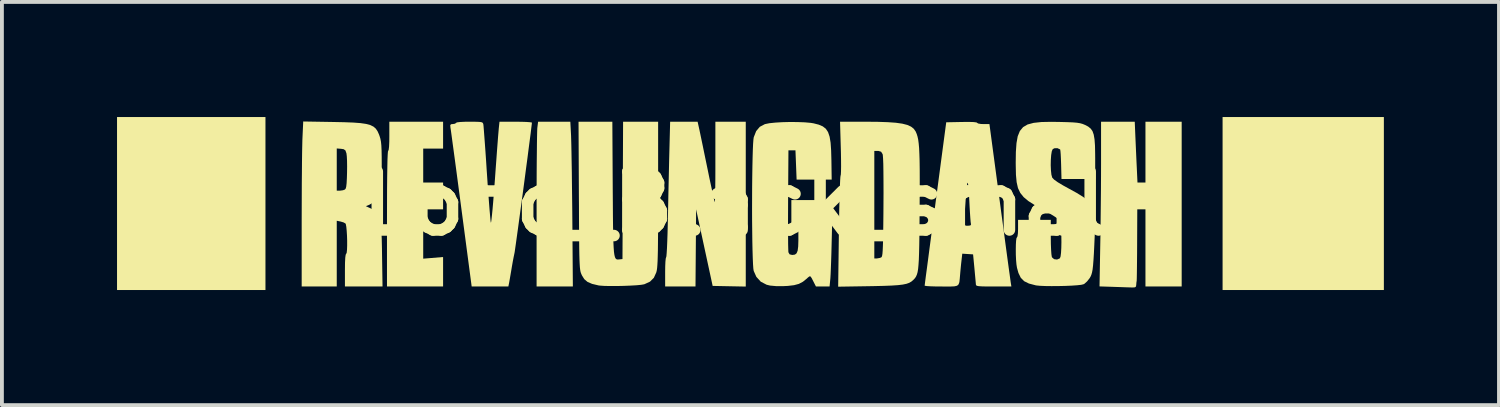
<source format=kicad_pcb>
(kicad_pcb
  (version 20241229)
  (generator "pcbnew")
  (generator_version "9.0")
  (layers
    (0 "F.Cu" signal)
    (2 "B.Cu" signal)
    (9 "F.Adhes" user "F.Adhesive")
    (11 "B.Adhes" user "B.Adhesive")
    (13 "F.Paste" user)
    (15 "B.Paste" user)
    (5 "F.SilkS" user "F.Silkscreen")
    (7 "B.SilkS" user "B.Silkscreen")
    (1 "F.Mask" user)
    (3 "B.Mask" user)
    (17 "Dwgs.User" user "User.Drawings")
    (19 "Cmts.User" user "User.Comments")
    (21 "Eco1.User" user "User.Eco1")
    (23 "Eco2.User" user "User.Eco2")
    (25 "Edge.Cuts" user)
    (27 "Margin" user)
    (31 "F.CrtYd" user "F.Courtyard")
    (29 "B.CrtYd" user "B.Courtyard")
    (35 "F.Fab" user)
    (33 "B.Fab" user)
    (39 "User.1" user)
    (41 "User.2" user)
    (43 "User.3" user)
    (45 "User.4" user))
  (footprint "Logo_Black_small"
    (layer "F.Cu")
    (at 16.507 2.254)
    (property "Reference" "Logo_Black_small" (at 0 0 0) (layer "F.SilkS") (effects (font (size 1.524 1.524) (thickness 0.3))))
    (attr board_only exclude_from_pos_files exclude_from_bom)
    (fp_poly (pts (xy -12.639 2.254) (xy -16.507 2.254) (xy -16.507 -2.254) (xy -12.639 -2.254)) (stroke (width 0) (type solid)) (fill yes) (layer "F.SilkS"))
    (fp_poly (pts (xy 16.507 2.254) (xy 12.304 2.254) (xy 12.304 -2.254) (xy 16.507 -2.254)) (stroke (width 0) (type solid)) (fill yes) (layer "F.SilkS"))
    (fp_poly (pts (xy -8.01 -1.431) (xy -8.528 -1.431) (xy -8.528 -0.548) (xy -8.01 -0.548) (xy -8.01 0.152) (xy -8.528 0.152) (xy -8.528 1.437) (xy -8.01 1.394) (xy -8.01 2.162) (xy -9.472 2.162) (xy -9.472 0.396) (xy -9.471 -0.025) (xy -9.47 -0.39) (xy -9.467 -0.698) (xy -9.463 -0.95) (xy -9.459 -1.144) (xy -9.453 -1.278) (xy -9.447 -1.354) (xy -9.441 -1.371) (xy -9.428 -1.4) (xy -9.418 -1.483) (xy -9.412 -1.615) (xy -9.411 -1.751) (xy -9.411 -2.132) (xy -8.01 -2.132)) (stroke (width 0) (type solid)) (fill yes) (layer "F.SilkS"))
    (fp_poly (pts (xy -4.675 -1.774) (xy -4.672 -1.677) (xy -4.668 -1.526) (xy -4.664 -1.327) (xy -4.66 -1.088) (xy -4.655 -0.816) (xy -4.652 -0.517) (xy -4.648 -0.198) (xy -4.644 0.135) (xy -4.642 0.373) (xy -4.628 2.162) (xy -5.573 2.162) (xy -5.573 0.175) (xy -5.573 -0.172) (xy -5.572 -0.505) (xy -5.571 -0.818) (xy -5.569 -1.105) (xy -5.566 -1.361) (xy -5.564 -1.58) (xy -5.561 -1.757) (xy -5.558 -1.886) (xy -5.555 -1.961) (xy -5.554 -1.972) (xy -5.534 -2.132) (xy -4.694 -2.132)) (stroke (width 0) (type solid)) (fill yes) (layer "F.SilkS"))
    (fp_poly (pts (xy 10.032 -1.728) (xy 10.041 -1.527) (xy 10.051 -1.301) (xy 10.061 -1.08) (xy 10.068 -0.937) (xy 10.086 -0.548) (xy 10.294 -0.548) (xy 10.294 -2.132) (xy 11.238 -2.132) (xy 11.238 2.162) (xy 10.294 2.162) (xy 10.294 0.152) (xy 10.081 0.152) (xy 10.077 1.066) (xy 10.076 1.297) (xy 10.074 1.508) (xy 10.072 1.692) (xy 10.07 1.841) (xy 10.068 1.948) (xy 10.066 2.004) (xy 10.066 2.01) (xy 10.058 2.062) (xy 10.054 2.117) (xy 10.048 2.161) (xy 10.023 2.183) (xy 9.965 2.188) (xy 9.89 2.186) (xy 9.789 2.183) (xy 9.65 2.178) (xy 9.495 2.173) (xy 9.414 2.17) (xy 9.097 2.16) (xy 9.116 1.088) (xy 9.122 0.77) (xy 9.126 0.411) (xy 9.13 0.031) (xy 9.134 -0.349) (xy 9.136 -0.711) (xy 9.137 -1.033) (xy 9.137 -1.058) (xy 9.137 -2.132) (xy 10.015 -2.132)) (stroke (width 0) (type solid)) (fill yes) (layer "F.SilkS"))
    (fp_poly (pts (xy -1.328 -1.911) (xy -1.309 -1.821) (xy -1.28 -1.682) (xy -1.243 -1.505) (xy -1.201 -1.3) (xy -1.155 -1.078) (xy -1.112 -0.871) (xy -1.068 -0.655) (xy -1.026 -0.46) (xy -0.99 -0.293) (xy -0.961 -0.161) (xy -0.94 -0.073) (xy -0.929 -0.036) (xy -0.929 -0.036) (xy -0.925 -0.061) (xy -0.922 -0.141) (xy -0.919 -0.268) (xy -0.917 -0.436) (xy -0.915 -0.637) (xy -0.914 -0.865) (xy -0.914 -1.076) (xy -0.914 -2.132) (xy -0.122 -2.132) (xy -0.122 2.164) (xy -0.985 2.147) (xy -1.416 0.152) (xy -1.424 1.157) (xy -1.432 2.162) (xy -2.223 2.162) (xy -2.223 1.782) (xy -2.221 1.637) (xy -2.216 1.518) (xy -2.208 1.436) (xy -2.198 1.401) (xy -2.197 1.401) (xy -2.19 1.372) (xy -2.183 1.289) (xy -2.175 1.158) (xy -2.168 0.989) (xy -2.161 0.786) (xy -2.155 0.557) (xy -2.151 0.373) (xy -2.145 0.084) (xy -2.139 -0.226) (xy -2.132 -0.541) (xy -2.125 -0.844) (xy -2.119 -1.121) (xy -2.113 -1.355) (xy -2.112 -1.393) (xy -2.093 -2.132) (xy -1.377 -2.132)) (stroke (width 0) (type solid)) (fill yes) (layer "F.SilkS"))
    (fp_poly (pts (xy -3.589 -0.404) (xy -3.586 -0.019) (xy -3.584 0.309) (xy -3.581 0.585) (xy -3.577 0.813) (xy -3.572 0.999) (xy -3.565 1.145) (xy -3.557 1.257) (xy -3.545 1.34) (xy -3.531 1.397) (xy -3.514 1.432) (xy -3.492 1.452) (xy -3.467 1.459) (xy -3.437 1.458) (xy -3.417 1.456) (xy -3.335 1.447) (xy -3.327 -0.343) (xy -3.319 -2.132) (xy -2.406 -2.132) (xy -2.406 -0.249) (xy -2.406 0.147) (xy -2.407 0.486) (xy -2.408 0.774) (xy -2.41 1.015) (xy -2.412 1.214) (xy -2.416 1.375) (xy -2.42 1.503) (xy -2.426 1.603) (xy -2.432 1.679) (xy -2.44 1.737) (xy -2.45 1.78) (xy -2.452 1.79) (xy -2.517 1.935) (xy -2.618 2.036) (xy -2.764 2.103) (xy -2.767 2.104) (xy -2.845 2.118) (xy -2.969 2.13) (xy -3.126 2.139) (xy -3.302 2.146) (xy -3.484 2.15) (xy -3.657 2.15) (xy -3.807 2.147) (xy -3.921 2.139) (xy -3.959 2.134) (xy -4.127 2.094) (xy -4.247 2.042) (xy -4.331 1.97) (xy -4.393 1.87) (xy -4.394 1.866) (xy -4.408 1.836) (xy -4.42 1.805) (xy -4.43 1.769) (xy -4.438 1.722) (xy -4.445 1.661) (xy -4.45 1.58) (xy -4.455 1.475) (xy -4.459 1.341) (xy -4.462 1.173) (xy -4.464 0.966) (xy -4.466 0.715) (xy -4.468 0.417) (xy -4.469 0.066) (xy -4.471 -0.206) (xy -4.48 -2.132) (xy -3.599 -2.132)) (stroke (width 0) (type solid)) (fill yes) (layer "F.SilkS"))
    (fp_poly (pts (xy 3.003 -2.132) (xy 3.319 -2.129) (xy 3.58 -2.12) (xy 3.791 -2.105) (xy 3.959 -2.081) (xy 4.088 -2.048) (xy 4.185 -2.004) (xy 4.255 -1.949) (xy 4.303 -1.881) (xy 4.31 -1.867) (xy 4.334 -1.81) (xy 4.354 -1.745) (xy 4.371 -1.667) (xy 4.384 -1.57) (xy 4.395 -1.449) (xy 4.402 -1.299) (xy 4.408 -1.115) (xy 4.411 -0.892) (xy 4.412 -0.625) (xy 4.411 -0.308) (xy 4.409 0.063) (xy 4.408 0.156) (xy 4.406 0.519) (xy 4.403 0.827) (xy 4.399 1.084) (xy 4.394 1.295) (xy 4.388 1.467) (xy 4.379 1.603) (xy 4.369 1.709) (xy 4.355 1.791) (xy 4.337 1.853) (xy 4.316 1.901) (xy 4.291 1.94) (xy 4.26 1.975) (xy 4.242 1.993) (xy 4.195 2.033) (xy 4.139 2.066) (xy 4.066 2.092) (xy 3.969 2.112) (xy 3.843 2.127) (xy 3.679 2.138) (xy 3.471 2.146) (xy 3.211 2.152) (xy 3.1 2.154) (xy 2.286 2.167) (xy 2.296 1.431) (xy 3.228 1.431) (xy 3.297 1.431) (xy 3.373 1.418) (xy 3.411 1.402) (xy 3.422 1.388) (xy 3.432 1.357) (xy 3.44 1.306) (xy 3.446 1.228) (xy 3.451 1.118) (xy 3.456 0.971) (xy 3.459 0.782) (xy 3.462 0.545) (xy 3.465 0.255) (xy 3.466 0.083) (xy 3.468 -0.272) (xy 3.467 -0.578) (xy 3.465 -0.832) (xy 3.462 -1.033) (xy 3.456 -1.178) (xy 3.449 -1.265) (xy 3.444 -1.288) (xy 3.405 -1.35) (xy 3.338 -1.37) (xy 3.32 -1.371) (xy 3.228 -1.371) (xy 3.228 1.431) (xy 2.296 1.431) (xy 2.305 0.726) (xy 2.309 0.436) (xy 2.314 0.165) (xy 2.32 -0.081) (xy 2.326 -0.296) (xy 2.332 -0.474) (xy 2.338 -0.609) (xy 2.344 -0.695) (xy 2.349 -0.726) (xy 2.356 -0.758) (xy 2.36 -0.842) (xy 2.362 -0.97) (xy 2.361 -1.132) (xy 2.358 -1.321) (xy 2.355 -1.434) (xy 2.335 -2.132)) (stroke (width 0) (type solid)) (fill yes) (layer "F.SilkS"))
    (fp_poly (pts (xy 1.232 -2.123) (xy 1.417 -2.116) (xy 1.571 -2.102) (xy 1.645 -2.09) (xy 1.778 -2.056) (xy 1.884 -2.011) (xy 1.964 -1.949) (xy 2.022 -1.862) (xy 2.063 -1.742) (xy 2.089 -1.584) (xy 2.103 -1.379) (xy 2.11 -1.121) (xy 2.11 -1.12) (xy 2.117 -0.624) (xy 1.203 -0.624) (xy 1.188 -1.005) (xy 1.173 -1.386) (xy 0.99 -1.386) (xy 0.981 -0.091) (xy 0.98 0.186) (xy 0.979 0.446) (xy 0.98 0.682) (xy 0.981 0.888) (xy 0.982 1.057) (xy 0.985 1.181) (xy 0.988 1.255) (xy 0.99 1.272) (xy 1.02 1.324) (xy 1.086 1.34) (xy 1.096 1.34) (xy 1.159 1.331) (xy 1.202 1.297) (xy 1.23 1.229) (xy 1.244 1.12) (xy 1.249 0.961) (xy 1.249 0.931) (xy 1.249 0.64) (xy 1.066 0.64) (xy 1.066 -0.091) (xy 2.142 -0.091) (xy 2.121 0.83) (xy 2.115 1.072) (xy 2.109 1.305) (xy 2.102 1.518) (xy 2.095 1.702) (xy 2.089 1.847) (xy 2.083 1.943) (xy 2.082 1.957) (xy 2.062 2.162) (xy 1.707 2.162) (xy 1.641 2.033) (xy 1.595 1.943) (xy 1.565 1.9) (xy 1.535 1.899) (xy 1.494 1.932) (xy 1.469 1.956) (xy 1.368 2.038) (xy 1.262 2.094) (xy 1.136 2.128) (xy 0.974 2.147) (xy 0.868 2.152) (xy 0.665 2.152) (xy 0.511 2.138) (xy 0.421 2.116) (xy 0.269 2.037) (xy 0.154 1.911) (xy 0.085 1.757) (xy 0.075 1.695) (xy 0.067 1.578) (xy 0.06 1.415) (xy 0.054 1.212) (xy 0.049 0.978) (xy 0.046 0.718) (xy 0.043 0.441) (xy 0.042 0.153) (xy 0.043 -0.139) (xy 0.044 -0.427) (xy 0.047 -0.703) (xy 0.051 -0.962) (xy 0.056 -1.195) (xy 0.062 -1.396) (xy 0.069 -1.557) (xy 0.078 -1.672) (xy 0.086 -1.727) (xy 0.149 -1.887) (xy 0.243 -1.999) (xy 0.374 -2.068) (xy 0.385 -2.071) (xy 0.493 -2.093) (xy 0.648 -2.109) (xy 0.832 -2.12) (xy 1.032 -2.125)) (stroke (width 0) (type solid)) (fill yes) (layer "F.SilkS"))
    (fp_poly (pts (xy -5.965 -2.13) (xy -5.837 -2.126) (xy -5.745 -2.119) (xy -5.698 -2.111) (xy -5.695 -2.108) (xy -5.699 -2.066) (xy -5.711 -1.971) (xy -5.728 -1.829) (xy -5.752 -1.646) (xy -5.78 -1.431) (xy -5.811 -1.189) (xy -5.846 -0.928) (xy -5.882 -0.654) (xy -5.919 -0.374) (xy -5.957 -0.094) (xy -5.994 0.177) (xy -6.029 0.435) (xy -6.061 0.671) (xy -6.09 0.879) (xy -6.114 1.053) (xy -6.133 1.185) (xy -6.145 1.268) (xy -6.15 1.294) (xy -6.168 1.379) (xy -6.192 1.503) (xy -6.217 1.645) (xy -6.227 1.706) (xy -6.25 1.841) (xy -6.271 1.963) (xy -6.287 2.053) (xy -6.292 2.079) (xy -6.309 2.162) (xy -7.265 2.162) (xy -7.534 0.129) (xy -7.58 -0.218) (xy -7.624 -0.548) (xy -7.665 -0.858) (xy -7.703 -1.141) (xy -7.737 -1.392) (xy -7.766 -1.605) (xy -7.789 -1.777) (xy -7.806 -1.901) (xy -7.817 -1.973) (xy -7.819 -1.987) (xy -7.823 -2.047) (xy -7.794 -2.069) (xy -7.755 -2.071) (xy -7.696 -2.081) (xy -7.675 -2.101) (xy -7.646 -2.115) (xy -7.563 -2.125) (xy -7.434 -2.131) (xy -7.325 -2.132) (xy -7.175 -2.131) (xy -7.075 -2.128) (xy -7.014 -2.121) (xy -6.981 -2.107) (xy -6.967 -2.084) (xy -6.961 -2.063) (xy -6.956 -2.019) (xy -6.948 -1.92) (xy -6.937 -1.775) (xy -6.923 -1.589) (xy -6.907 -1.37) (xy -6.89 -1.125) (xy -6.873 -0.861) (xy -6.867 -0.777) (xy -6.849 -0.508) (xy -6.831 -0.258) (xy -6.814 -0.032) (xy -6.799 0.163) (xy -6.785 0.32) (xy -6.775 0.431) (xy -6.767 0.491) (xy -6.765 0.498) (xy -6.758 0.482) (xy -6.748 0.411) (xy -6.735 0.291) (xy -6.719 0.129) (xy -6.702 -0.07) (xy -6.684 -0.299) (xy -6.665 -0.552) (xy -6.659 -0.629) (xy -6.64 -0.898) (xy -6.621 -1.154) (xy -6.604 -1.389) (xy -6.588 -1.596) (xy -6.575 -1.766) (xy -6.564 -1.892) (xy -6.558 -1.966) (xy -6.557 -1.972) (xy -6.54 -2.132) (xy -6.117 -2.132)) (stroke (width 0) (type solid)) (fill yes) (layer "F.SilkS"))
    (fp_poly (pts (xy 5.818 -2.123) (xy 5.892 -2.113) (xy 5.908 -2.102) (xy 5.936 -2.085) (xy 6.007 -2.073) (xy 6.068 -2.071) (xy 6.228 -2.071) (xy 6.498 -0.053) (xy 6.544 0.293) (xy 6.589 0.623) (xy 6.63 0.933) (xy 6.668 1.216) (xy 6.702 1.467) (xy 6.731 1.681) (xy 6.755 1.853) (xy 6.772 1.978) (xy 6.782 2.05) (xy 6.784 2.063) (xy 6.8 2.162) (xy 6.339 2.162) (xy 6.161 2.162) (xy 6.036 2.159) (xy 5.953 2.154) (xy 5.905 2.145) (xy 5.882 2.131) (xy 5.875 2.111) (xy 5.875 2.109) (xy 5.871 2.059) (xy 5.862 1.962) (xy 5.85 1.833) (xy 5.837 1.69) (xy 5.802 1.325) (xy 5.661 1.316) (xy 5.52 1.307) (xy 5.502 1.468) (xy 5.488 1.591) (xy 5.474 1.736) (xy 5.466 1.827) (xy 5.455 1.956) (xy 5.445 2.047) (xy 5.424 2.107) (xy 5.385 2.142) (xy 5.317 2.158) (xy 5.21 2.163) (xy 5.057 2.163) (xy 4.979 2.162) (xy 4.823 2.161) (xy 4.692 2.157) (xy 4.595 2.151) (xy 4.545 2.143) (xy 4.54 2.14) (xy 4.544 2.106) (xy 4.555 2.018) (xy 4.573 1.878) (xy 4.598 1.693) (xy 4.628 1.467) (xy 4.662 1.206) (xy 4.701 0.913) (xy 4.743 0.594) (xy 4.758 0.482) (xy 5.576 0.482) (xy 5.581 0.536) (xy 5.593 0.565) (xy 5.612 0.577) (xy 5.639 0.579) (xy 5.667 0.579) (xy 5.731 0.572) (xy 5.749 0.545) (xy 5.745 0.525) (xy 5.738 0.477) (xy 5.73 0.38) (xy 5.721 0.247) (xy 5.712 0.091) (xy 5.709 0.03) (xy 5.697 -0.202) (xy 5.686 -0.375) (xy 5.675 -0.487) (xy 5.664 -0.54) (xy 5.653 -0.534) (xy 5.641 -0.47) (xy 5.628 -0.347) (xy 5.613 -0.167) (xy 5.61 -0.122) (xy 5.594 0.102) (xy 5.583 0.273) (xy 5.577 0.397) (xy 5.576 0.482) (xy 4.758 0.482) (xy 4.788 0.254) (xy 4.821 0) (xy 5.102 -2.117) (xy 5.505 -2.125) (xy 5.689 -2.127)) (stroke (width 0) (type solid)) (fill yes) (layer "F.SilkS"))
    (fp_poly (pts (xy -10.875 -2.125) (xy -10.586 -2.119) (xy -10.351 -2.11) (xy -10.164 -2.096) (xy -10.019 -2.075) (xy -9.907 -2.045) (xy -9.824 -2.004) (xy -9.763 -1.951) (xy -9.717 -1.882) (xy -9.679 -1.797) (xy -9.664 -1.755) (xy -9.644 -1.689) (xy -9.629 -1.612) (xy -9.619 -1.514) (xy -9.613 -1.386) (xy -9.61 -1.217) (xy -9.609 -1.005) (xy -9.611 -0.763) (xy -9.617 -0.572) (xy -9.628 -0.425) (xy -9.647 -0.313) (xy -9.675 -0.226) (xy -9.713 -0.155) (xy -9.762 -0.092) (xy -9.768 -0.086) (xy -9.847 -0.018) (xy -9.932 0.032) (xy -9.933 0.033) (xy -10.023 0.069) (xy -9.907 0.122) (xy -9.83 0.16) (xy -9.767 0.203) (xy -9.718 0.256) (xy -9.68 0.326) (xy -9.652 0.421) (xy -9.632 0.546) (xy -9.618 0.709) (xy -9.609 0.915) (xy -9.603 1.173) (xy -9.601 1.332) (xy -9.588 2.162) (xy -10.568 2.162) (xy -10.568 1.736) (xy -10.566 1.543) (xy -10.559 1.409) (xy -10.548 1.332) (xy -10.535 1.31) (xy -10.522 1.282) (xy -10.514 1.206) (xy -10.51 1.098) (xy -10.51 0.97) (xy -10.514 0.837) (xy -10.522 0.711) (xy -10.532 0.607) (xy -10.545 0.538) (xy -10.554 0.52) (xy -10.604 0.492) (xy -10.682 0.469) (xy -10.683 0.469) (xy -10.781 0.449) (xy -10.781 2.162) (xy -11.695 2.162) (xy -11.695 0.449) (xy -11.694 0.115) (xy -11.693 -0.213) (xy -11.692 -0.529) (xy -11.689 -0.824) (xy -11.687 -1.092) (xy -11.684 -1.325) (xy -11.682 -1.435) (xy -10.781 -1.435) (xy -10.781 -0.335) (xy -10.698 -0.335) (xy -10.618 -0.346) (xy -10.568 -0.365) (xy -10.548 -0.39) (xy -10.534 -0.442) (xy -10.524 -0.531) (xy -10.517 -0.666) (xy -10.513 -0.801) (xy -10.511 -0.962) (xy -10.513 -1.11) (xy -10.519 -1.23) (xy -10.528 -1.306) (xy -10.53 -1.312) (xy -10.555 -1.383) (xy -10.599 -1.415) (xy -10.669 -1.426) (xy -10.781 -1.435) (xy -11.682 -1.435) (xy -11.68 -1.515) (xy -11.677 -1.655) (xy -11.675 -1.701) (xy -11.655 -2.138)) (stroke (width 0) (type solid)) (fill yes) (layer "F.SilkS"))
    (fp_poly (pts (xy 8.052 -2.126) (xy 8.249 -2.121) (xy 8.397 -2.115) (xy 8.506 -2.106) (xy 8.588 -2.093) (xy 8.654 -2.075) (xy 8.715 -2.05) (xy 8.719 -2.049) (xy 8.802 -2.005) (xy 8.866 -1.953) (xy 8.914 -1.886) (xy 8.946 -1.795) (xy 8.967 -1.672) (xy 8.979 -1.508) (xy 8.983 -1.296) (xy 8.984 -1.18) (xy 8.984 -0.64) (xy 8.106 -0.64) (xy 8.096 -1.018) (xy 8.091 -1.163) (xy 8.085 -1.285) (xy 8.078 -1.371) (xy 8.071 -1.409) (xy 8.071 -1.41) (xy 7.999 -1.443) (xy 7.919 -1.44) (xy 7.876 -1.415) (xy 7.853 -1.361) (xy 7.837 -1.263) (xy 7.828 -1.137) (xy 7.825 -0.999) (xy 7.831 -0.865) (xy 7.843 -0.752) (xy 7.864 -0.676) (xy 7.866 -0.673) (xy 7.912 -0.624) (xy 8.01 -0.554) (xy 8.154 -0.468) (xy 8.279 -0.399) (xy 8.498 -0.279) (xy 8.667 -0.175) (xy 8.793 -0.076) (xy 8.882 0.027) (xy 8.938 0.145) (xy 8.969 0.288) (xy 8.98 0.465) (xy 8.977 0.688) (xy 8.973 0.805) (xy 8.961 1.082) (xy 8.95 1.305) (xy 8.939 1.481) (xy 8.928 1.618) (xy 8.916 1.722) (xy 8.901 1.8) (xy 8.883 1.86) (xy 8.861 1.909) (xy 8.838 1.947) (xy 8.773 2.029) (xy 8.704 2.091) (xy 8.682 2.103) (xy 8.622 2.118) (xy 8.513 2.13) (xy 8.369 2.14) (xy 8.201 2.147) (xy 8.022 2.151) (xy 7.844 2.152) (xy 7.681 2.15) (xy 7.544 2.144) (xy 7.445 2.134) (xy 7.431 2.131) (xy 7.257 2.085) (xy 7.133 2.024) (xy 7.045 1.935) (xy 6.984 1.81) (xy 6.946 1.674) (xy 6.932 1.586) (xy 6.922 1.468) (xy 6.916 1.334) (xy 6.915 1.197) (xy 6.917 1.07) (xy 6.923 0.967) (xy 6.933 0.901) (xy 6.944 0.883) (xy 6.959 0.855) (xy 6.97 0.778) (xy 6.974 0.666) (xy 6.974 0.655) (xy 6.974 0.426) (xy 7.827 0.426) (xy 7.827 0.885) (xy 7.829 1.056) (xy 7.835 1.204) (xy 7.843 1.32) (xy 7.854 1.391) (xy 7.859 1.403) (xy 7.914 1.45) (xy 7.99 1.46) (xy 8.061 1.429) (xy 8.065 1.425) (xy 8.082 1.378) (xy 8.094 1.283) (xy 8.101 1.154) (xy 8.104 1.005) (xy 8.102 0.85) (xy 8.096 0.701) (xy 8.086 0.573) (xy 8.071 0.479) (xy 8.055 0.436) (xy 8.013 0.398) (xy 7.927 0.339) (xy 7.81 0.267) (xy 7.672 0.188) (xy 7.626 0.162) (xy 7.412 0.043) (xy 7.245 -0.063) (xy 7.121 -0.166) (xy 7.032 -0.276) (xy 6.972 -0.402) (xy 6.937 -0.556) (xy 6.919 -0.747) (xy 6.914 -0.986) (xy 6.913 -1.065) (xy 6.917 -1.345) (xy 6.933 -1.572) (xy 6.965 -1.752) (xy 7.021 -1.89) (xy 7.105 -1.991) (xy 7.222 -2.06) (xy 7.38 -2.102) (xy 7.583 -2.124) (xy 7.836 -2.129)) (stroke (width 0) (type solid)) (fill yes) (layer "F.SilkS")))
  (gr_rect
    (start -3 -3)
    (end 36.014 7.507)
    (stroke (width 0.1) (type default))
    (fill no)
    (layer "Edge.Cuts")))
</source>
